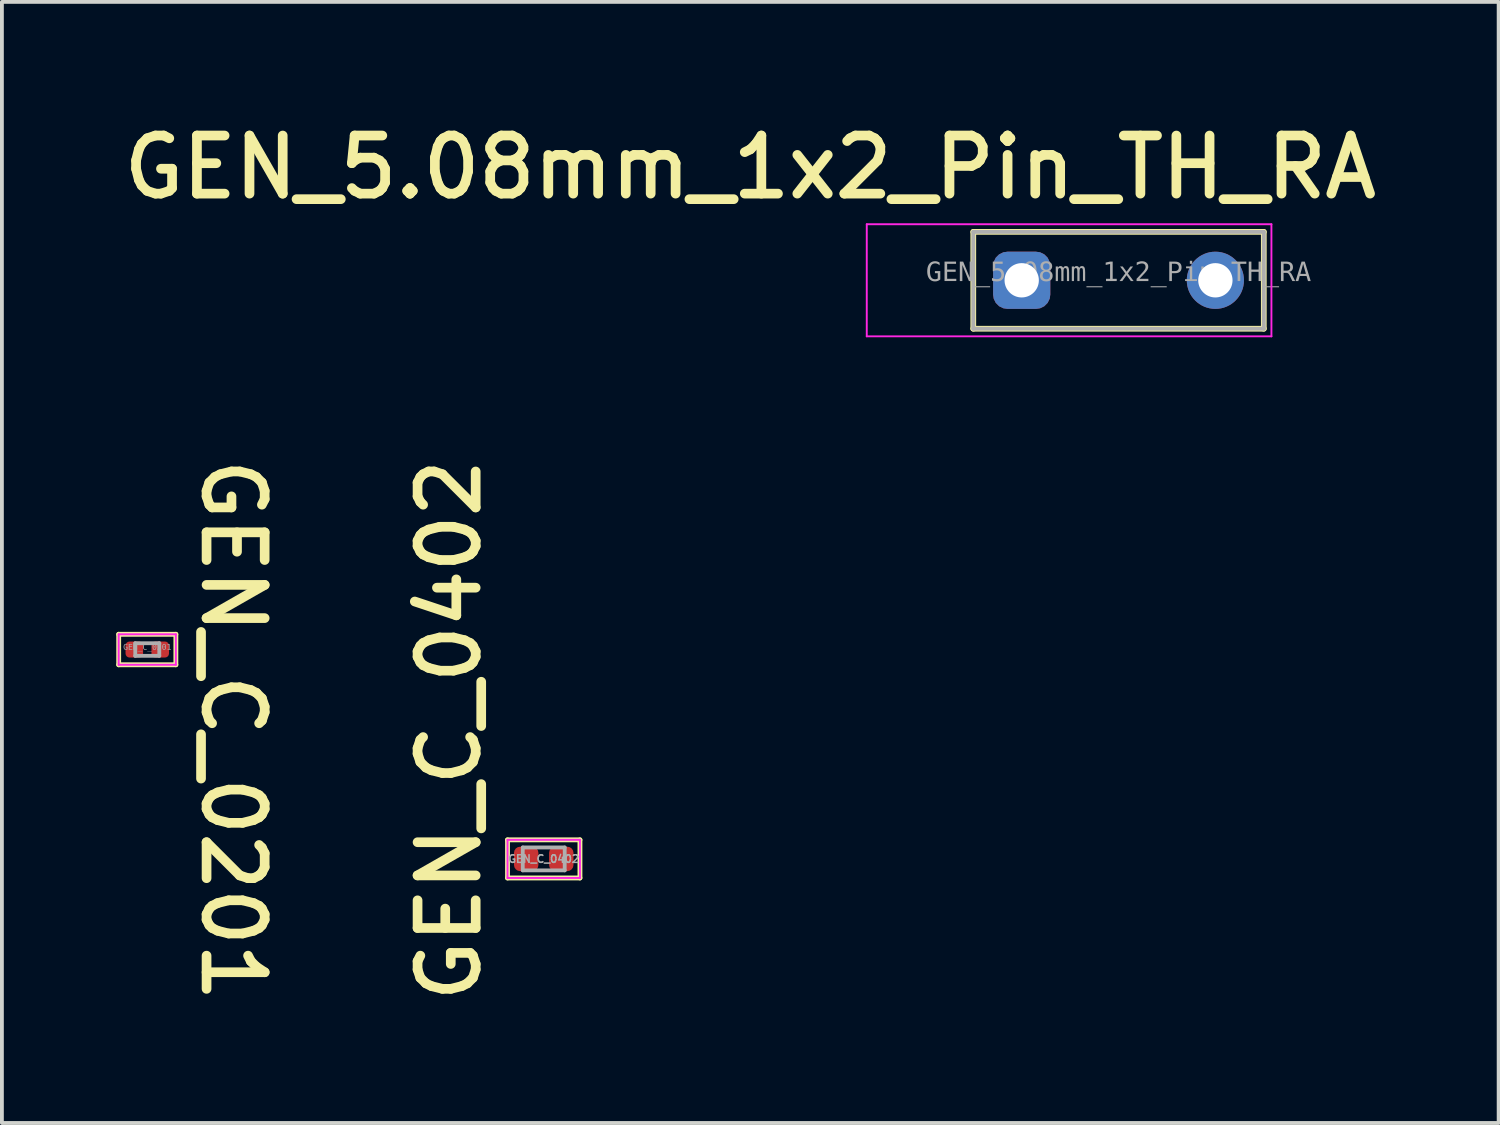
<source format=kicad_pcb>
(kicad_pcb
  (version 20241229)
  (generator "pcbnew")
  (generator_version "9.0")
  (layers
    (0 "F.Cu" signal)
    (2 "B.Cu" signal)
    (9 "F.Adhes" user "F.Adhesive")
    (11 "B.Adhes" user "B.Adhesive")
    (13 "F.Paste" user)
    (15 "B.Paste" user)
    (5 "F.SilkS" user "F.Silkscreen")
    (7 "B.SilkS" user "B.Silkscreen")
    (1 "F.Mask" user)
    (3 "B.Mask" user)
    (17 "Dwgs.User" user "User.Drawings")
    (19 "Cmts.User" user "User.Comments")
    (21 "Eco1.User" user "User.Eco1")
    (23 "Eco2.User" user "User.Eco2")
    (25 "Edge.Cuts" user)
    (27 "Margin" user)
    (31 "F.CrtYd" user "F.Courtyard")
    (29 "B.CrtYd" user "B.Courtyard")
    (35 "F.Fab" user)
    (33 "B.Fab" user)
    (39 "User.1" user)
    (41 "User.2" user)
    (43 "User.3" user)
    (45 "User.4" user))
  (footprint "GEN_C_0402"
    (layer "F.Cu")
    (at 11.212 19.479)
    (property "Reference" "GEN_C_0402" (at -2.477 -3.377 90) (unlocked yes) (layer "F.SilkS") (effects (font (size 1.524 1.524) (thickness 0.254))))
    (fp_line (start -0.95 -0.5) (end -0.95 0.5) (stroke (width 0.127) (type solid)) (layer "F.SilkS"))
    (fp_line (start 0.95 -0.5) (end -0.95 -0.5) (stroke (width 0.127) (type solid)) (layer "F.SilkS"))
    (fp_line (start 0.95 -0.5) (end 0.95 0.5) (stroke (width 0.127) (type solid)) (layer "F.SilkS"))
    (fp_line (start 0.95 0.5) (end -0.95 0.5) (stroke (width 0.127) (type solid)) (layer "F.SilkS"))
    (fp_line (start -0.95 -0.5) (end -0.95 0.5) (stroke (width 0.05) (type solid)) (layer "F.CrtYd"))
    (fp_line (start 0.95 -0.5) (end -0.95 -0.5) (stroke (width 0.05) (type solid)) (layer "F.CrtYd"))
    (fp_line (start 0.95 -0.5) (end 0.95 0.5) (stroke (width 0.05) (type solid)) (layer "F.CrtYd"))
    (fp_line (start 0.95 0.5) (end -0.95 0.5) (stroke (width 0.05) (type solid)) (layer "F.CrtYd"))
    (fp_line (start -0.55 -0.3) (end -0.55 0.3) (stroke (width 0.1) (type solid)) (layer "F.Fab"))
    (fp_line (start 0.55 -0.3) (end -0.55 -0.3) (stroke (width 0.1) (type solid)) (layer "F.Fab"))
    (fp_line (start 0.55 -0.3) (end 0.55 0.3) (stroke (width 0.1) (type solid)) (layer "F.Fab"))
    (fp_line (start 0.55 0.3) (end -0.55 0.3) (stroke (width 0.1) (type solid)) (layer "F.Fab"))
    (fp_text user "${REFERENCE}" (at 0 0 0) (unlocked yes) (layer "F.Fab") (effects (font (size 0.2 0.2) (thickness 0.04) (bold yes))))
    (pad "1" smd roundrect (at -0.46 0 90) (size 0.64 0.64) (layers "F.Cu" "F.Mask" "F.Paste") (roundrect_rratio 0.25))
    (pad "2" smd roundrect (at 0.46 0 90) (size 0.64 0.64) (layers "F.Cu" "F.Mask" "F.Paste") (roundrect_rratio 0.25)))
  (footprint "GEN_5.08mm_1x2_Pin_TH_RA"
    (layer "F.Cu")
    (at 26.289 4.302)
    (property "Reference" "GEN_5.08mm_1x2_Pin_TH_RA" (at -9.659 -2.965 0) (unlocked yes) (layer "F.SilkS") (effects (font (size 1.524 1.524) (thickness 0.254))))
    (fp_line (start -3.81 -1.27) (end 3.81 -1.27) (stroke (width 0.15) (type solid)) (layer "F.SilkS"))
    (fp_line (start -3.81 1.27) (end -3.81 -1.27) (stroke (width 0.15) (type solid)) (layer "F.SilkS"))
    (fp_line (start -3.81 1.27) (end 3.81 1.27) (stroke (width 0.15) (type solid)) (layer "F.SilkS"))
    (fp_line (start 3.81 1.27) (end 3.81 -1.27) (stroke (width 0.15) (type solid)) (layer "F.SilkS"))
    (fp_line (start -6.604 -1.47) (end 4.01 -1.47) (stroke (width 0.05) (type solid)) (layer "F.CrtYd"))
    (fp_line (start -6.604 1.47) (end -6.604 -1.47) (stroke (width 0.05) (type solid)) (layer "F.CrtYd"))
    (fp_line (start -6.604 1.47) (end 4.01 1.47) (stroke (width 0.05) (type solid)) (layer "F.CrtYd"))
    (fp_line (start 4.01 1.47) (end 4.01 -1.47) (stroke (width 0.05) (type solid)) (layer "F.CrtYd"))
    (fp_line (start -3.81 -1.27) (end 3.81 -1.27) (stroke (width 0.1) (type solid)) (layer "F.Fab"))
    (fp_line (start -3.81 1.27) (end -3.81 -1.27) (stroke (width 0.1) (type solid)) (layer "F.Fab"))
    (fp_line (start -3.81 1.27) (end 3.81 1.27) (stroke (width 0.1) (type solid)) (layer "F.Fab"))
    (fp_line (start 3.81 1.27) (end 3.81 -1.27) (stroke (width 0.1) (type solid)) (layer "F.Fab"))
    (fp_text user "${REFERENCE}" (at 0.000005 -0.188 0) (unlocked yes) (layer "F.Fab") (effects (font (face "Consolas") (size 0.5 0.5) (thickness 0.254))))
    (pad "1" thru_hole roundrect (at -2.54 0) (size 1.5 1.5) (drill 0.9) (layers "*.Cu" "*.Mask") (roundrect_rratio 0.25))
    (pad "2" thru_hole circle (at 2.54 0) (size 1.5 1.5) (drill 0.9) (layers "*.Cu" "*.Mask")))
  (footprint "GEN_C_0201"
    (layer "F.Cu")
    (at 0.813 13.987)
    (property "Reference" "GEN_C_0201" (at 2.247 2.115 270) (unlocked yes) (layer "F.SilkS") (effects (font (size 1.524 1.524) (thickness 0.254))))
    (fp_line (start -0.75 -0.4) (end 0.75 -0.4) (stroke (width 0.127) (type solid)) (layer "F.SilkS"))
    (fp_line (start -0.75 0.4) (end -0.75 -0.4) (stroke (width 0.127) (type solid)) (layer "F.SilkS"))
    (fp_line (start -0.75 0.4) (end 0.75 0.4) (stroke (width 0.127) (type solid)) (layer "F.SilkS"))
    (fp_line (start 0.75 0.4) (end 0.75 -0.4) (stroke (width 0.127) (type solid)) (layer "F.SilkS"))
    (fp_line (start -0.75 -0.4) (end 0.75 -0.4) (stroke (width 0.05) (type solid)) (layer "F.CrtYd"))
    (fp_line (start -0.75 0.4) (end -0.75 -0.4) (stroke (width 0.05) (type solid)) (layer "F.CrtYd"))
    (fp_line (start -0.75 0.4) (end 0.75 0.4) (stroke (width 0.05) (type solid)) (layer "F.CrtYd"))
    (fp_line (start 0.75 0.4) (end 0.75 -0.4) (stroke (width 0.05) (type solid)) (layer "F.CrtYd"))
    (fp_line (start -0.315 -0.165) (end 0.315 -0.165) (stroke (width 0.1) (type solid)) (layer "F.Fab"))
    (fp_line (start -0.315 0.165) (end -0.315 -0.165) (stroke (width 0.1) (type solid)) (layer "F.Fab"))
    (fp_line (start -0.315 0.165) (end 0.315 0.165) (stroke (width 0.1) (type solid)) (layer "F.Fab"))
    (fp_line (start 0.315 0.165) (end 0.315 -0.165) (stroke (width 0.1) (type solid)) (layer "F.Fab"))
    (fp_line (start -0.165 0) (end 0.165 0) (stroke (width 0.1) (type solid)) (layer "User.2"))
    (fp_line (start 0 0.165) (end 0 -0.165) (stroke (width 0.1) (type solid)) (layer "User.2"))
    (fp_text user "${REFERENCE}" (at 0 -0.055 0) (unlocked yes) (layer "F.Fab") (effects (font (face "Consolas") (size 0.15 0.15) (thickness 0.254))))
    (pad "1" smd roundrect (at -0.34 0 90) (size 0.42 0.46) (layers "F.Cu" "F.Mask" "F.Paste") (roundrect_rratio 0.25))
    (pad "2" smd roundrect (at 0.34 0 90) (size 0.42 0.46) (layers "F.Cu" "F.Mask" "F.Paste") (roundrect_rratio 0.25)))
  (gr_rect
    (start -3 -3)
    (end 36.259 26.406)
    (stroke (width 0.1) (type default))
    (fill no)
    (layer "Edge.Cuts")))
</source>
